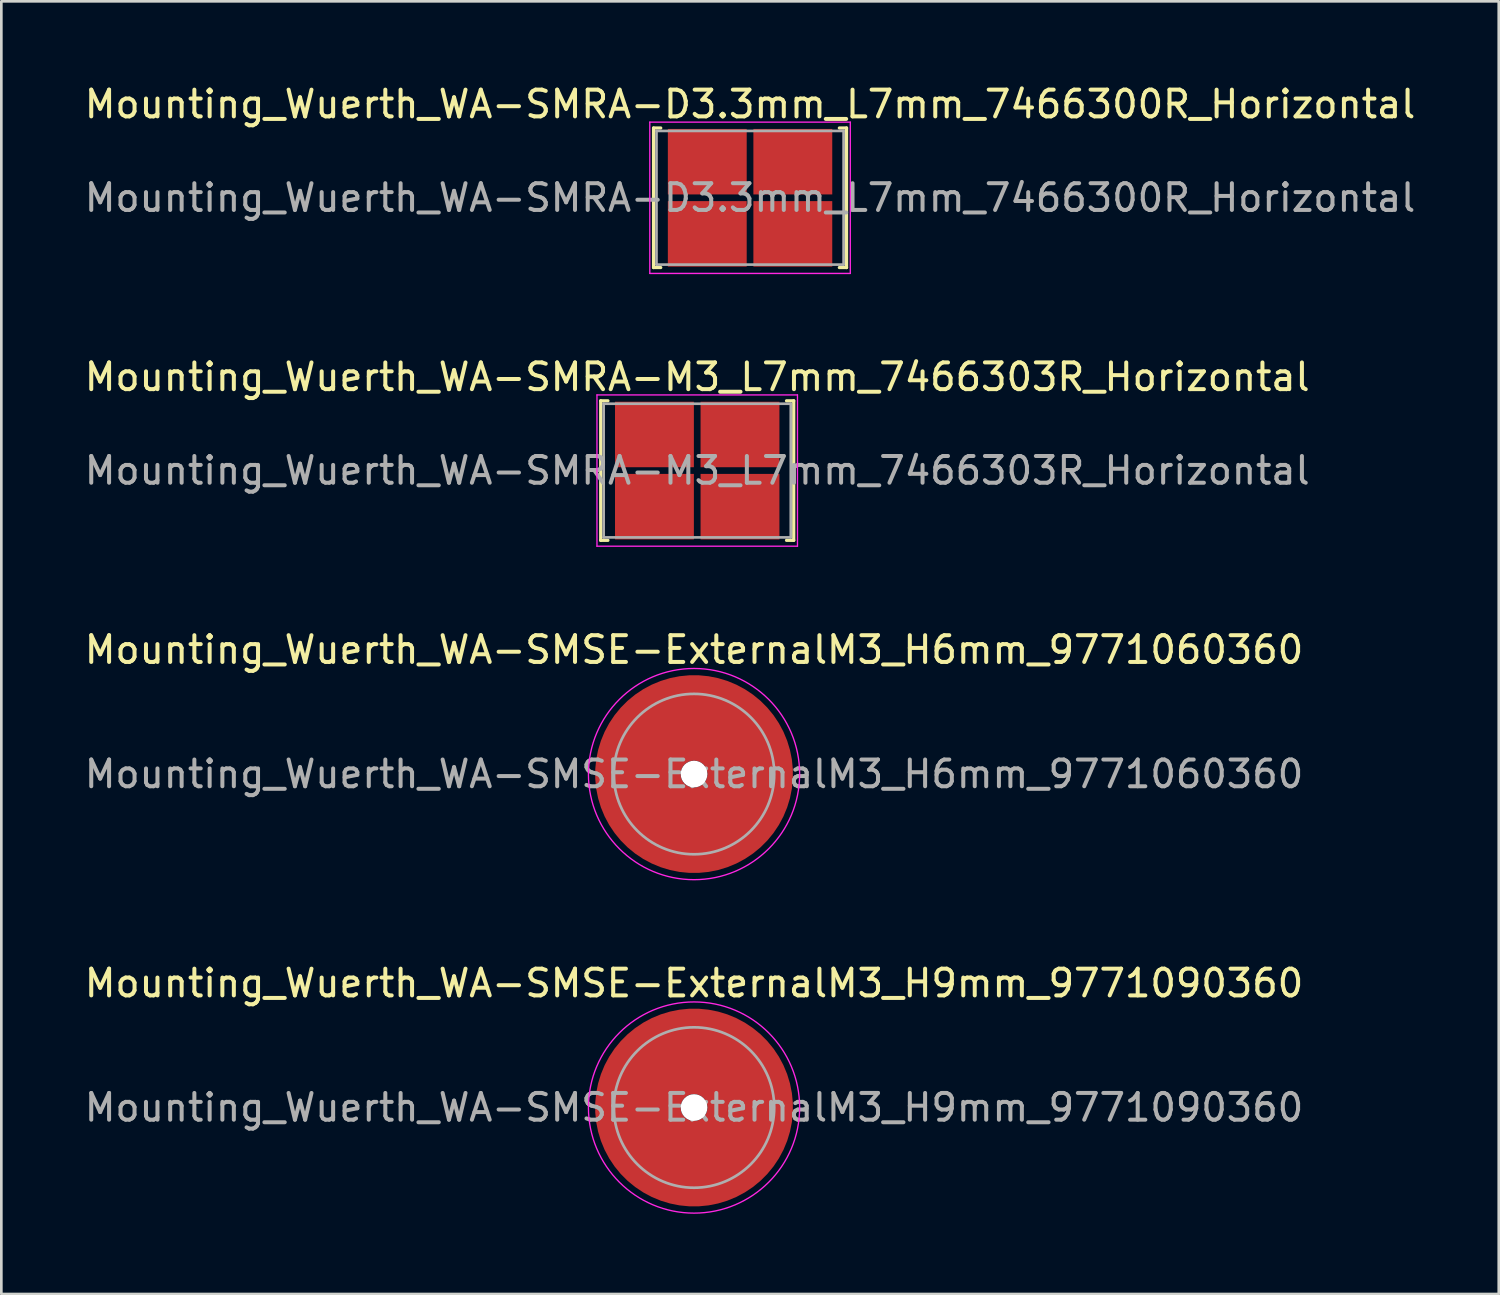
<source format=kicad_pcb>
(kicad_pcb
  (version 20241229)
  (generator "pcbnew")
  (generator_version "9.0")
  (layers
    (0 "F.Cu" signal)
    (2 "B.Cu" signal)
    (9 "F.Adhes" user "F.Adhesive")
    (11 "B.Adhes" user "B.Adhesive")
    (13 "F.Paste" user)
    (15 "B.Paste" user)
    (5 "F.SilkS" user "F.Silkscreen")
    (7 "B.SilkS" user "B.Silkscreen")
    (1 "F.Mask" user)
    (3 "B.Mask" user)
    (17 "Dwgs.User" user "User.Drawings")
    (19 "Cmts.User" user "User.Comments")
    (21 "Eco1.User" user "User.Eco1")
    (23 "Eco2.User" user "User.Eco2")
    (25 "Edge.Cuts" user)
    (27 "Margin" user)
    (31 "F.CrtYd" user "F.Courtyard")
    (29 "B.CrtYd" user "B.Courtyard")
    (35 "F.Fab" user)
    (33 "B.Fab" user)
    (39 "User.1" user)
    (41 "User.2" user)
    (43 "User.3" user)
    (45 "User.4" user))
  (footprint "Mounting_Wuerth_WA-SMRA-M3_L7mm_7466303R_Horizontal"
    (layer "F.Cu")
    (at 23.03 14.552)
    (property "Reference" "Mounting_Wuerth_WA-SMRA-M3_L7mm_7466303R_Horizontal" (at 0 -3.5 0) (layer "F.SilkS") (effects (font (size 1 1) (thickness 0.15))))
    (property "Mouser Part no." "" (at 0 0 0) (layer "F.Fab") (effects (font (size 1.27 1.27) (thickness 0.15))))
    (property "Mouser link" "" (at 0 0 0) (layer "F.Fab") (effects (font (size 1.27 1.27) (thickness 0.15))))
    (attr smd)
    (fp_line (start -3.61 -2.61) (end -3.61 2.61) (stroke (width 0.12) (type solid)) (layer "F.SilkS"))
    (fp_line (start -3.61 2.61) (end -3.34 2.61) (stroke (width 0.12) (type solid)) (layer "F.SilkS"))
    (fp_line (start -3.34 -2.61) (end -3.61 -2.61) (stroke (width 0.12) (type solid)) (layer "F.SilkS"))
    (fp_line (start 3.34 2.61) (end 3.61 2.61) (stroke (width 0.12) (type solid)) (layer "F.SilkS"))
    (fp_line (start 3.61 -2.61) (end 3.34 -2.61) (stroke (width 0.12) (type solid)) (layer "F.SilkS"))
    (fp_line (start 3.61 2.61) (end 3.61 -2.61) (stroke (width 0.12) (type solid)) (layer "F.SilkS"))
    (fp_line (start -3.75 -2.83) (end -3.75 2.83) (stroke (width 0.05) (type solid)) (layer "F.CrtYd"))
    (fp_line (start 3.75 -2.83) (end -3.75 -2.83) (stroke (width 0.05) (type solid)) (layer "F.CrtYd"))
    (fp_line (start 3.75 -2.83) (end 3.75 2.83) (stroke (width 0.05) (type solid)) (layer "F.CrtYd"))
    (fp_line (start 3.75 2.83) (end -3.75 2.83) (stroke (width 0.05) (type solid)) (layer "F.CrtYd"))
    (fp_line (start -3.5 -2.5) (end -3.5 2.5) (stroke (width 0.1) (type solid)) (layer "F.Fab"))
    (fp_line (start -3.5 2.5) (end 3.5 2.5) (stroke (width 0.1) (type solid)) (layer "F.Fab"))
    (fp_line (start 3.5 -2.5) (end -3.5 -2.5) (stroke (width 0.1) (type solid)) (layer "F.Fab"))
    (fp_line (start 3.5 2.5) (end 3.5 -2.5) (stroke (width 0.1) (type solid)) (layer "F.Fab"))
    (fp_text user "${REFERENCE}" (at 0 0 0) (layer "F.Fab") (effects (font (size 1 1) (thickness 0.15))))
    (pad "1" smd rect (at -1.6 -1.35) (size 2.95 2.45) (layers "F.Cu" "F.Mask" "F.Paste"))
    (pad "1" smd rect (at -1.6 1.35) (size 2.95 2.45) (layers "F.Cu" "F.Mask" "F.Paste"))
    (pad "1" smd rect (at 1.6 -1.35) (size 2.95 2.45) (layers "F.Cu" "F.Mask" "F.Paste"))
    (pad "1" smd rect (at 1.6 1.35) (size 2.95 2.45) (layers "F.Cu" "F.Mask" "F.Paste")))
  (footprint "Mounting_Wuerth_WA-SMSE-ExternalM3_H9mm_9771090360"
    (layer "F.Cu")
    (at 22.911 38.378)
    (property "Reference" "Mounting_Wuerth_WA-SMSE-ExternalM3_H9mm_9771090360" (at 0 -4.65 0) (layer "F.SilkS") (effects (font (size 1 1) (thickness 0.15))))
    (property "Mouser Part no." "" (at 0 0 0) (layer "F.Fab") (effects (font (size 1.27 1.27) (thickness 0.15))))
    (property "Mouser link" "" (at 0 0 0) (layer "F.Fab") (effects (font (size 1.27 1.27) (thickness 0.15))))
    (attr smd)
    (fp_circle (center 0 0) (end 3.95 0) (stroke (width 0.05) (type solid)) (fill no) (layer "F.CrtYd"))
    (fp_circle (center 0 0) (end 3 0) (stroke (width 0.1) (type solid)) (fill no) (layer "F.Fab"))
    (fp_text user "${REFERENCE}" (at 0 0 0) (layer "F.Fab") (effects (font (size 1 1) (thickness 0.15))))
    (pad "" smd custom (at 0 -2.1) (size 2.6 2.6) (layers "F.Paste") (options (anchor circle)) (primitives (gr_arc (start -0.305123 1.47) (mid -0.000513 1.4) (end 0.3042 1.469554) (width 0.2)) (gr_arc (start -0.493052 1.47) (mid -0.000664 1.3) (end 0.492006 1.469183) (width 0.2)) (gr_arc (start -0.642729 1.47) (mid -0.000361 1.2) (end 0.642223 1.469484) (width 0.2)) (gr_arc (start -0.776595 1.47) (mid -0.00087 1.1) (end 0.775497 1.468649) (width 0.2)) (gr_arc (start -0.901721 1.47) (mid -0.00018 1) (end 0.901515 1.469705) (width 0.2)) (gr_arc (start -1.021323 1.47) (mid -0.000665 0.9) (end 1.020624 1.468868) (width 0.2)) (gr_arc (start -1.137146 1.47) (mid -0.000289 0.8) (end 1.136866 1.469495) (width 0.2)) (gr_arc (start -1.25024 1.47) (mid -0.000155 0.7) (end 1.250101 1.469724) (width 0.2)) (gr_arc (start -1.361286 1.47) (mid -0.000403 0.6) (end 1.360947 1.469268) (width 0.2)) (gr_arc (start -1.470748 1.47) (mid -0.000334 0.5) (end 1.470485 1.469386) (width 0.2)) (gr_arc (start -1.578955 1.47) (mid -0.001427 0.400001) (end 1.577895 1.46735) (width 0.2)) (gr_arc (start -1.686149 1.47) (mid -0.000398 0.3) (end 1.68587 1.469254) (width 0.2)) (gr_arc (start -1.792512 1.47) (mid -0.001173 0.200001) (end 1.791733 1.467788) (width 0.2)) (gr_arc (start -1.898183 1.47) (mid -0.001368 0.100001) (end 1.89732 1.467404) (width 0.2)) (gr_arc (start -2.003272 1.47) (mid -0.001554 0.000001) (end 2.002338 1.467036) (width 0.2)) (gr_arc (start -2.107866 1.47) (mid -0.00037 -0.1) (end 2.107654 1.469292) (width 0.2)) (gr_arc (start -2.212035 1.47) (mid -0.00011 -0.2) (end 2.211975 1.469788) (width 0.2)) (gr_arc (start -2.315837 1.47) (mid -0.001322 -0.3) (end 2.315142 1.46745) (width 0.2)) (gr_arc (start -2.419318 1.47) (mid -0.000179 -0.4) (end 2.419228 1.469653) (width 0.2)) (gr_arc (start -2.522519 1.47) (mid -0.001235 -0.5) (end 2.521919 1.467604) (width 0.2)) (gr_arc (start -2.625471 1.47) (mid -0.000311 -0.6) (end 2.625326 1.469395) (width 0.2)) (gr_arc (start -2.728205 1.47) (mid -0.002303 -0.7) (end 2.727165 1.465513) (width 0.2)) (gr_arc (start -2.830742 1.47) (mid -0.000149 -0.8) (end 2.830677 1.469709) (width 0.2)) (gr_arc (start -2.933104 1.47) (mid -0.001447 -0.899999) (end 2.932495 1.46717) (width 0.2)) (gr_arc (start -3.035309 1.47) (mid -0.001317 -1) (end 3.034773 1.467421) (width 0.2)) (gr_arc (start -3.137372 1.47) (mid -0.002554 -1.099999) (end 3.136362 1.464993) (width 0.2)) (gr_arc (start -3.239305 1.47) (mid -0.002543 -1.199999) (end 3.23833 1.465008) (width 0.2)) (gr_arc (start -3.341123 1.47) (mid -0.001289 -1.3) (end 3.340644 1.467467) (width 0.2)) (gr_arc (start -3.442833 1.47) (mid -0.001847 -1.399999) (end 3.442166 1.466366) (width 0.2)) (gr_line (start 0.305 1.47) (end 3.443 1.47) (width 0.2)) (gr_line (start -0.305 1.47) (end -3.443 1.47) (width 0.2))))
    (pad "" np_thru_hole circle (at 0 0) (size 1 1) (drill 1) (layers "*.Cu" "*.Mask"))
    (pad "" smd custom (at 0 2.1) (size 2.6 2.6) (layers "F.Paste") (options (anchor circle)) (primitives (gr_arc (start 0.305123 -1.47) (mid 0.000513 -1.4) (end -0.3042 -1.469554) (width 0.2)) (gr_arc (start 0.493052 -1.47) (mid 0.000664 -1.3) (end -0.492006 -1.469183) (width 0.2)) (gr_arc (start 0.642729 -1.47) (mid 0.000361 -1.2) (end -0.642223 -1.469484) (width 0.2)) (gr_arc (start 0.776595 -1.47) (mid 0.00087 -1.1) (end -0.775497 -1.468649) (width 0.2)) (gr_arc (start 0.901721 -1.47) (mid 0.00018 -1) (end -0.901515 -1.469705) (width 0.2)) (gr_arc (start 1.021323 -1.47) (mid 0.000665 -0.9) (end -1.020624 -1.468868) (width 0.2)) (gr_arc (start 1.137146 -1.47) (mid 0.000289 -0.8) (end -1.136866 -1.469495) (width 0.2)) (gr_arc (start 1.25024 -1.47) (mid 0.000155 -0.7) (end -1.250101 -1.469724) (width 0.2)) (gr_arc (start 1.361286 -1.47) (mid 0.000403 -0.6) (end -1.360947 -1.469268) (width 0.2)) (gr_arc (start 1.470748 -1.47) (mid 0.000334 -0.5) (end -1.470485 -1.469386) (width 0.2)) (gr_arc (start 1.578955 -1.47) (mid 0.001427 -0.400001) (end -1.577895 -1.46735) (width 0.2)) (gr_arc (start 1.686149 -1.47) (mid 0.000398 -0.3) (end -1.68587 -1.469254) (width 0.2)) (gr_arc (start 1.792512 -1.47) (mid 0.001173 -0.200001) (end -1.791733 -1.467788) (width 0.2)) (gr_arc (start 1.898183 -1.47) (mid 0.001368 -0.100001) (end -1.89732 -1.467404) (width 0.2)) (gr_arc (start 2.003272 -1.47) (mid 0.001554 -0.000001) (end -2.002338 -1.467036) (width 0.2)) (gr_arc (start 2.107866 -1.47) (mid 0.00037 0.1) (end -2.107654 -1.469292) (width 0.2)) (gr_arc (start 2.212035 -1.47) (mid 0.00011 0.2) (end -2.211975 -1.469788) (width 0.2)) (gr_arc (start 2.315837 -1.47) (mid 0.001322 0.3) (end -2.315142 -1.46745) (width 0.2)) (gr_arc (start 2.419318 -1.47) (mid 0.000179 0.4) (end -2.419228 -1.469653) (width 0.2)) (gr_arc (start 2.522519 -1.47) (mid 0.001235 0.5) (end -2.521919 -1.467604) (width 0.2)) (gr_arc (start 2.625471 -1.47) (mid 0.000311 0.6) (end -2.625326 -1.469395) (width 0.2)) (gr_arc (start 2.728205 -1.47) (mid 0.002303 0.7) (end -2.727165 -1.465513) (width 0.2)) (gr_arc (start 2.830742 -1.47) (mid 0.000149 0.8) (end -2.830677 -1.469709) (width 0.2)) (gr_arc (start 2.933104 -1.47) (mid 0.001447 0.899999) (end -2.932495 -1.46717) (width 0.2)) (gr_arc (start 3.035309 -1.47) (mid 0.001317 1) (end -3.034773 -1.467421) (width 0.2)) (gr_arc (start 3.137372 -1.47) (mid 0.002554 1.099999) (end -3.136362 -1.464993) (width 0.2)) (gr_arc (start 3.239305 -1.47) (mid 0.002543 1.199999) (end -3.23833 -1.465008) (width 0.2)) (gr_arc (start 3.341123 -1.47) (mid 0.001289 1.3) (end -3.340644 -1.467467) (width 0.2)) (gr_arc (start 3.442833 -1.47) (mid 0.001847 1.399999) (end -3.442166 -1.466366) (width 0.2)) (gr_line (start -0.305 -1.47) (end -3.443 -1.47) (width 0.2)) (gr_line (start 0.305 -1.47) (end 3.443 -1.47) (width 0.2))))
    (pad "1" smd circle (at -2.1 0) (size 2.8 2.8) (layers "F.Cu"))
    (pad "1" smd circle (at 0 -2.1) (size 2.8 2.8) (layers "F.Cu"))
    (pad "1" smd circle (at 0 2.1) (size 2.8 2.8) (layers "F.Cu"))
    (pad "1" smd custom (at 2.1 0) (size 2.8 2.8) (layers "F.Cu" "F.Mask") (options (anchor circle)) (primitives (gr_circle (center -2.1 0) (end 0 0) (width 3.2) (fill no)))))
  (footprint "Mounting_Wuerth_WA-SMRA-D3.3mm_L7mm_7466300R_Horizontal"
    (layer "F.Cu")
    (at 25.006 4.348)
    (property "Reference" "Mounting_Wuerth_WA-SMRA-D3.3mm_L7mm_7466300R_Horizontal" (at 0 -3.5 0) (layer "F.SilkS") (effects (font (size 1 1) (thickness 0.15))))
    (property "Mouser Part no." "" (at 0 0 0) (layer "F.Fab") (effects (font (size 1.27 1.27) (thickness 0.15))))
    (property "Mouser link" "" (at 0 0 0) (layer "F.Fab") (effects (font (size 1.27 1.27) (thickness 0.15))))
    (attr smd)
    (fp_line (start -3.61 -2.61) (end -3.61 2.61) (stroke (width 0.12) (type solid)) (layer "F.SilkS"))
    (fp_line (start -3.61 2.61) (end -3.34 2.61) (stroke (width 0.12) (type solid)) (layer "F.SilkS"))
    (fp_line (start -3.34 -2.61) (end -3.61 -2.61) (stroke (width 0.12) (type solid)) (layer "F.SilkS"))
    (fp_line (start 3.34 2.61) (end 3.61 2.61) (stroke (width 0.12) (type solid)) (layer "F.SilkS"))
    (fp_line (start 3.61 -2.61) (end 3.34 -2.61) (stroke (width 0.12) (type solid)) (layer "F.SilkS"))
    (fp_line (start 3.61 2.61) (end 3.61 -2.61) (stroke (width 0.12) (type solid)) (layer "F.SilkS"))
    (fp_line (start -3.75 -2.83) (end -3.75 2.83) (stroke (width 0.05) (type solid)) (layer "F.CrtYd"))
    (fp_line (start 3.75 -2.83) (end -3.75 -2.83) (stroke (width 0.05) (type solid)) (layer "F.CrtYd"))
    (fp_line (start 3.75 -2.83) (end 3.75 2.83) (stroke (width 0.05) (type solid)) (layer "F.CrtYd"))
    (fp_line (start 3.75 2.83) (end -3.75 2.83) (stroke (width 0.05) (type solid)) (layer "F.CrtYd"))
    (fp_line (start -3.5 -2.5) (end -3.5 2.5) (stroke (width 0.1) (type solid)) (layer "F.Fab"))
    (fp_line (start -3.5 2.5) (end 3.5 2.5) (stroke (width 0.1) (type solid)) (layer "F.Fab"))
    (fp_line (start 3.5 -2.5) (end -3.5 -2.5) (stroke (width 0.1) (type solid)) (layer "F.Fab"))
    (fp_line (start 3.5 2.5) (end 3.5 -2.5) (stroke (width 0.1) (type solid)) (layer "F.Fab"))
    (fp_text user "${REFERENCE}" (at 0 0 0) (layer "F.Fab") (effects (font (size 1 1) (thickness 0.15))))
    (pad "1" smd rect (at -1.6 -1.35) (size 2.95 2.45) (layers "F.Cu" "F.Mask" "F.Paste"))
    (pad "1" smd rect (at -1.6 1.35) (size 2.95 2.45) (layers "F.Cu" "F.Mask" "F.Paste"))
    (pad "1" smd rect (at 1.6 -1.35) (size 2.95 2.45) (layers "F.Cu" "F.Mask" "F.Paste"))
    (pad "1" smd rect (at 1.6 1.35) (size 2.95 2.45) (layers "F.Cu" "F.Mask" "F.Paste")))
  (footprint "Mounting_Wuerth_WA-SMSE-ExternalM3_H6mm_9771060360"
    (layer "F.Cu")
    (at 22.911 25.905)
    (property "Reference" "Mounting_Wuerth_WA-SMSE-ExternalM3_H6mm_9771060360" (at 0 -4.65 0) (layer "F.SilkS") (effects (font (size 1 1) (thickness 0.15))))
    (property "Mouser Part no." "" (at 0 0 0) (layer "F.Fab") (effects (font (size 1.27 1.27) (thickness 0.15))))
    (property "Mouser link" "" (at 0 0 0) (layer "F.Fab") (effects (font (size 1.27 1.27) (thickness 0.15))))
    (attr smd)
    (fp_circle (center 0 0) (end 3.95 0) (stroke (width 0.05) (type solid)) (fill no) (layer "F.CrtYd"))
    (fp_circle (center 0 0) (end 3 0) (stroke (width 0.1) (type solid)) (fill no) (layer "F.Fab"))
    (fp_text user "${REFERENCE}" (at 0 0 0) (layer "F.Fab") (effects (font (size 1 1) (thickness 0.15))))
    (pad "" smd custom (at 0 -2.1) (size 2.6 2.6) (layers "F.Paste") (options (anchor circle)) (primitives (gr_arc (start -0.305123 1.47) (mid -0.000513 1.4) (end 0.3042 1.469554) (width 0.2)) (gr_arc (start -0.493052 1.47) (mid -0.000664 1.3) (end 0.492006 1.469183) (width 0.2)) (gr_arc (start -0.642729 1.47) (mid -0.000361 1.2) (end 0.642223 1.469484) (width 0.2)) (gr_arc (start -0.776595 1.47) (mid -0.00087 1.1) (end 0.775497 1.468649) (width 0.2)) (gr_arc (start -0.901721 1.47) (mid -0.00018 1) (end 0.901515 1.469705) (width 0.2)) (gr_arc (start -1.021323 1.47) (mid -0.000665 0.9) (end 1.020624 1.468868) (width 0.2)) (gr_arc (start -1.137146 1.47) (mid -0.000289 0.8) (end 1.136866 1.469495) (width 0.2)) (gr_arc (start -1.25024 1.47) (mid -0.000155 0.7) (end 1.250101 1.469724) (width 0.2)) (gr_arc (start -1.361286 1.47) (mid -0.000403 0.6) (end 1.360947 1.469268) (width 0.2)) (gr_arc (start -1.470748 1.47) (mid -0.000334 0.5) (end 1.470485 1.469386) (width 0.2)) (gr_arc (start -1.578955 1.47) (mid -0.001427 0.400001) (end 1.577895 1.46735) (width 0.2)) (gr_arc (start -1.686149 1.47) (mid -0.000398 0.3) (end 1.68587 1.469254) (width 0.2)) (gr_arc (start -1.792512 1.47) (mid -0.001173 0.200001) (end 1.791733 1.467788) (width 0.2)) (gr_arc (start -1.898183 1.47) (mid -0.001368 0.100001) (end 1.89732 1.467404) (width 0.2)) (gr_arc (start -2.003272 1.47) (mid -0.001554 0.000001) (end 2.002338 1.467036) (width 0.2)) (gr_arc (start -2.107866 1.47) (mid -0.00037 -0.1) (end 2.107654 1.469292) (width 0.2)) (gr_arc (start -2.212035 1.47) (mid -0.00011 -0.2) (end 2.211975 1.469788) (width 0.2)) (gr_arc (start -2.315837 1.47) (mid -0.001322 -0.3) (end 2.315142 1.46745) (width 0.2)) (gr_arc (start -2.419318 1.47) (mid -0.000179 -0.4) (end 2.419228 1.469653) (width 0.2)) (gr_arc (start -2.522519 1.47) (mid -0.001235 -0.5) (end 2.521919 1.467604) (width 0.2)) (gr_arc (start -2.625471 1.47) (mid -0.000311 -0.6) (end 2.625326 1.469395) (width 0.2)) (gr_arc (start -2.728205 1.47) (mid -0.002303 -0.7) (end 2.727165 1.465513) (width 0.2)) (gr_arc (start -2.830742 1.47) (mid -0.000149 -0.8) (end 2.830677 1.469709) (width 0.2)) (gr_arc (start -2.933104 1.47) (mid -0.001447 -0.899999) (end 2.932495 1.46717) (width 0.2)) (gr_arc (start -3.035309 1.47) (mid -0.001317 -1) (end 3.034773 1.467421) (width 0.2)) (gr_arc (start -3.137372 1.47) (mid -0.002554 -1.099999) (end 3.136362 1.464993) (width 0.2)) (gr_arc (start -3.239305 1.47) (mid -0.002543 -1.199999) (end 3.23833 1.465008) (width 0.2)) (gr_arc (start -3.341123 1.47) (mid -0.001289 -1.3) (end 3.340644 1.467467) (width 0.2)) (gr_arc (start -3.442833 1.47) (mid -0.001847 -1.399999) (end 3.442166 1.466366) (width 0.2)) (gr_line (start 0.305 1.47) (end 3.443 1.47) (width 0.2)) (gr_line (start -0.305 1.47) (end -3.443 1.47) (width 0.2))))
    (pad "" np_thru_hole circle (at 0 0) (size 1 1) (drill 1) (layers "*.Cu" "*.Mask"))
    (pad "" smd custom (at 0 2.1) (size 2.6 2.6) (layers "F.Paste") (options (anchor circle)) (primitives (gr_arc (start 0.305123 -1.47) (mid 0.000513 -1.4) (end -0.3042 -1.469554) (width 0.2)) (gr_arc (start 0.493052 -1.47) (mid 0.000664 -1.3) (end -0.492006 -1.469183) (width 0.2)) (gr_arc (start 0.642729 -1.47) (mid 0.000361 -1.2) (end -0.642223 -1.469484) (width 0.2)) (gr_arc (start 0.776595 -1.47) (mid 0.00087 -1.1) (end -0.775497 -1.468649) (width 0.2)) (gr_arc (start 0.901721 -1.47) (mid 0.00018 -1) (end -0.901515 -1.469705) (width 0.2)) (gr_arc (start 1.021323 -1.47) (mid 0.000665 -0.9) (end -1.020624 -1.468868) (width 0.2)) (gr_arc (start 1.137146 -1.47) (mid 0.000289 -0.8) (end -1.136866 -1.469495) (width 0.2)) (gr_arc (start 1.25024 -1.47) (mid 0.000155 -0.7) (end -1.250101 -1.469724) (width 0.2)) (gr_arc (start 1.361286 -1.47) (mid 0.000403 -0.6) (end -1.360947 -1.469268) (width 0.2)) (gr_arc (start 1.470748 -1.47) (mid 0.000334 -0.5) (end -1.470485 -1.469386) (width 0.2)) (gr_arc (start 1.578955 -1.47) (mid 0.001427 -0.400001) (end -1.577895 -1.46735) (width 0.2)) (gr_arc (start 1.686149 -1.47) (mid 0.000398 -0.3) (end -1.68587 -1.469254) (width 0.2)) (gr_arc (start 1.792512 -1.47) (mid 0.001173 -0.200001) (end -1.791733 -1.467788) (width 0.2)) (gr_arc (start 1.898183 -1.47) (mid 0.001368 -0.100001) (end -1.89732 -1.467404) (width 0.2)) (gr_arc (start 2.003272 -1.47) (mid 0.001554 -0.000001) (end -2.002338 -1.467036) (width 0.2)) (gr_arc (start 2.107866 -1.47) (mid 0.00037 0.1) (end -2.107654 -1.469292) (width 0.2)) (gr_arc (start 2.212035 -1.47) (mid 0.00011 0.2) (end -2.211975 -1.469788) (width 0.2)) (gr_arc (start 2.315837 -1.47) (mid 0.001322 0.3) (end -2.315142 -1.46745) (width 0.2)) (gr_arc (start 2.419318 -1.47) (mid 0.000179 0.4) (end -2.419228 -1.469653) (width 0.2)) (gr_arc (start 2.522519 -1.47) (mid 0.001235 0.5) (end -2.521919 -1.467604) (width 0.2)) (gr_arc (start 2.625471 -1.47) (mid 0.000311 0.6) (end -2.625326 -1.469395) (width 0.2)) (gr_arc (start 2.728205 -1.47) (mid 0.002303 0.7) (end -2.727165 -1.465513) (width 0.2)) (gr_arc (start 2.830742 -1.47) (mid 0.000149 0.8) (end -2.830677 -1.469709) (width 0.2)) (gr_arc (start 2.933104 -1.47) (mid 0.001447 0.899999) (end -2.932495 -1.46717) (width 0.2)) (gr_arc (start 3.035309 -1.47) (mid 0.001317 1) (end -3.034773 -1.467421) (width 0.2)) (gr_arc (start 3.137372 -1.47) (mid 0.002554 1.099999) (end -3.136362 -1.464993) (width 0.2)) (gr_arc (start 3.239305 -1.47) (mid 0.002543 1.199999) (end -3.23833 -1.465008) (width 0.2)) (gr_arc (start 3.341123 -1.47) (mid 0.001289 1.3) (end -3.340644 -1.467467) (width 0.2)) (gr_arc (start 3.442833 -1.47) (mid 0.001847 1.399999) (end -3.442166 -1.466366) (width 0.2)) (gr_line (start -0.305 -1.47) (end -3.443 -1.47) (width 0.2)) (gr_line (start 0.305 -1.47) (end 3.443 -1.47) (width 0.2))))
    (pad "1" smd circle (at -2.1 0) (size 2.8 2.8) (layers "F.Cu"))
    (pad "1" smd circle (at 0 -2.1) (size 2.8 2.8) (layers "F.Cu"))
    (pad "1" smd circle (at 0 2.1) (size 2.8 2.8) (layers "F.Cu"))
    (pad "1" smd custom (at 2.1 0) (size 2.8 2.8) (layers "F.Cu" "F.Mask") (options (anchor circle)) (primitives (gr_circle (center -2.1 0) (end 0 0) (width 3.2) (fill no)))))
  (gr_rect
    (start -3 -3)
    (end 53.012 45.353)
    (stroke (width 0.1) (type default))
    (fill no)
    (layer "Edge.Cuts")))
</source>
